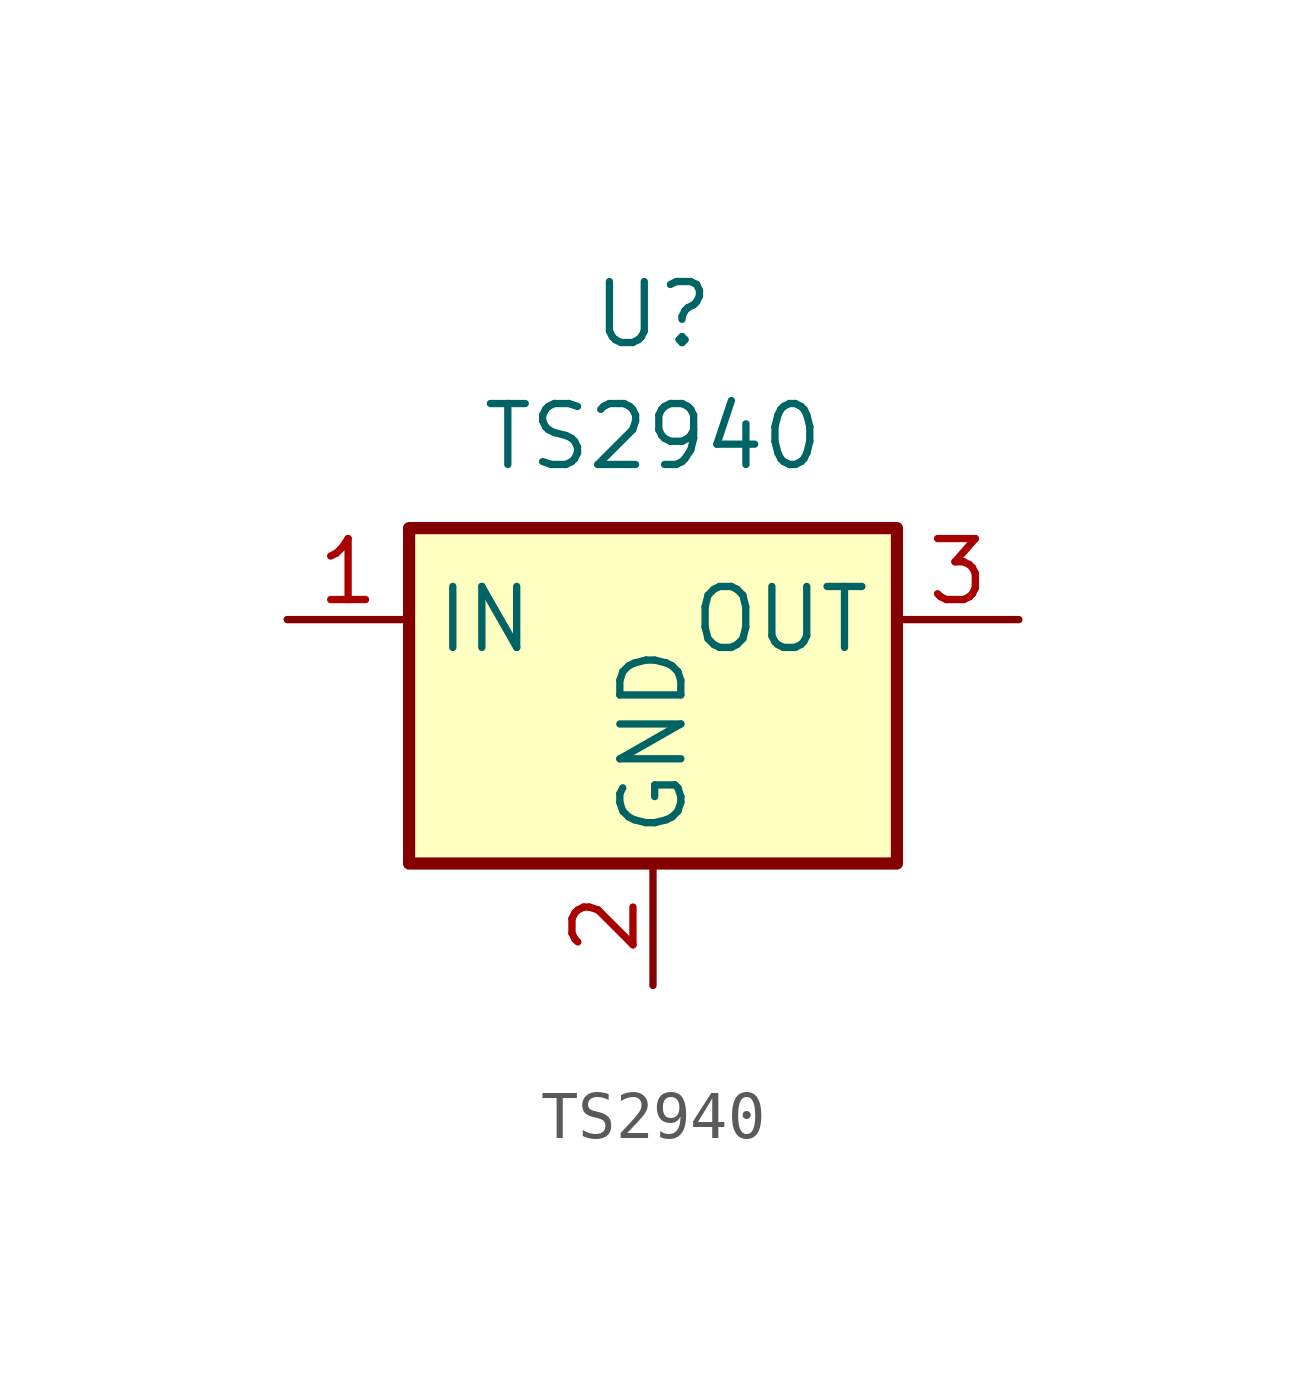
<source format=kicad_sym>
(kicad_symbol_lib
  (version 20211014)
  (generator kicad_symbol_editor)
  (symbol "TS2940"
    (property "Reference" "U"
      (at 0 11.43 0)
      (effects (font (size 1.27 1.27))))
    (property "Value" "TS2940"
      (at 0 8.89 0)
      (effects (font (size 1.27 1.27))))
    (symbol "TS2940_0_1"
      (rectangle (start -5.08 6.985) (end 5.08 0) (stroke (width 0.254) (type default) (color 0 0 0 0)) (fill (type background))))
    (symbol "TS2940_1_1"
      (pin power_in line (at -7.62 5.08 0) (length 2.54) (name "IN" (effects (font (size 1.27 1.27)))) (number "1" (effects (font (size 1.27 1.27)))))
      (pin power_in line (at 0 -2.54 90) (length 2.54) (name "GND" (effects (font (size 1.27 1.27)))) (number "2" (effects (font (size 1.27 1.27)))))
      (pin power_out line (at 7.62 5.08 180) (length 2.54) (name "OUT" (effects (font (size 1.27 1.27)))) (number "3" (effects (font (size 1.27 1.27))))))))
</source>
